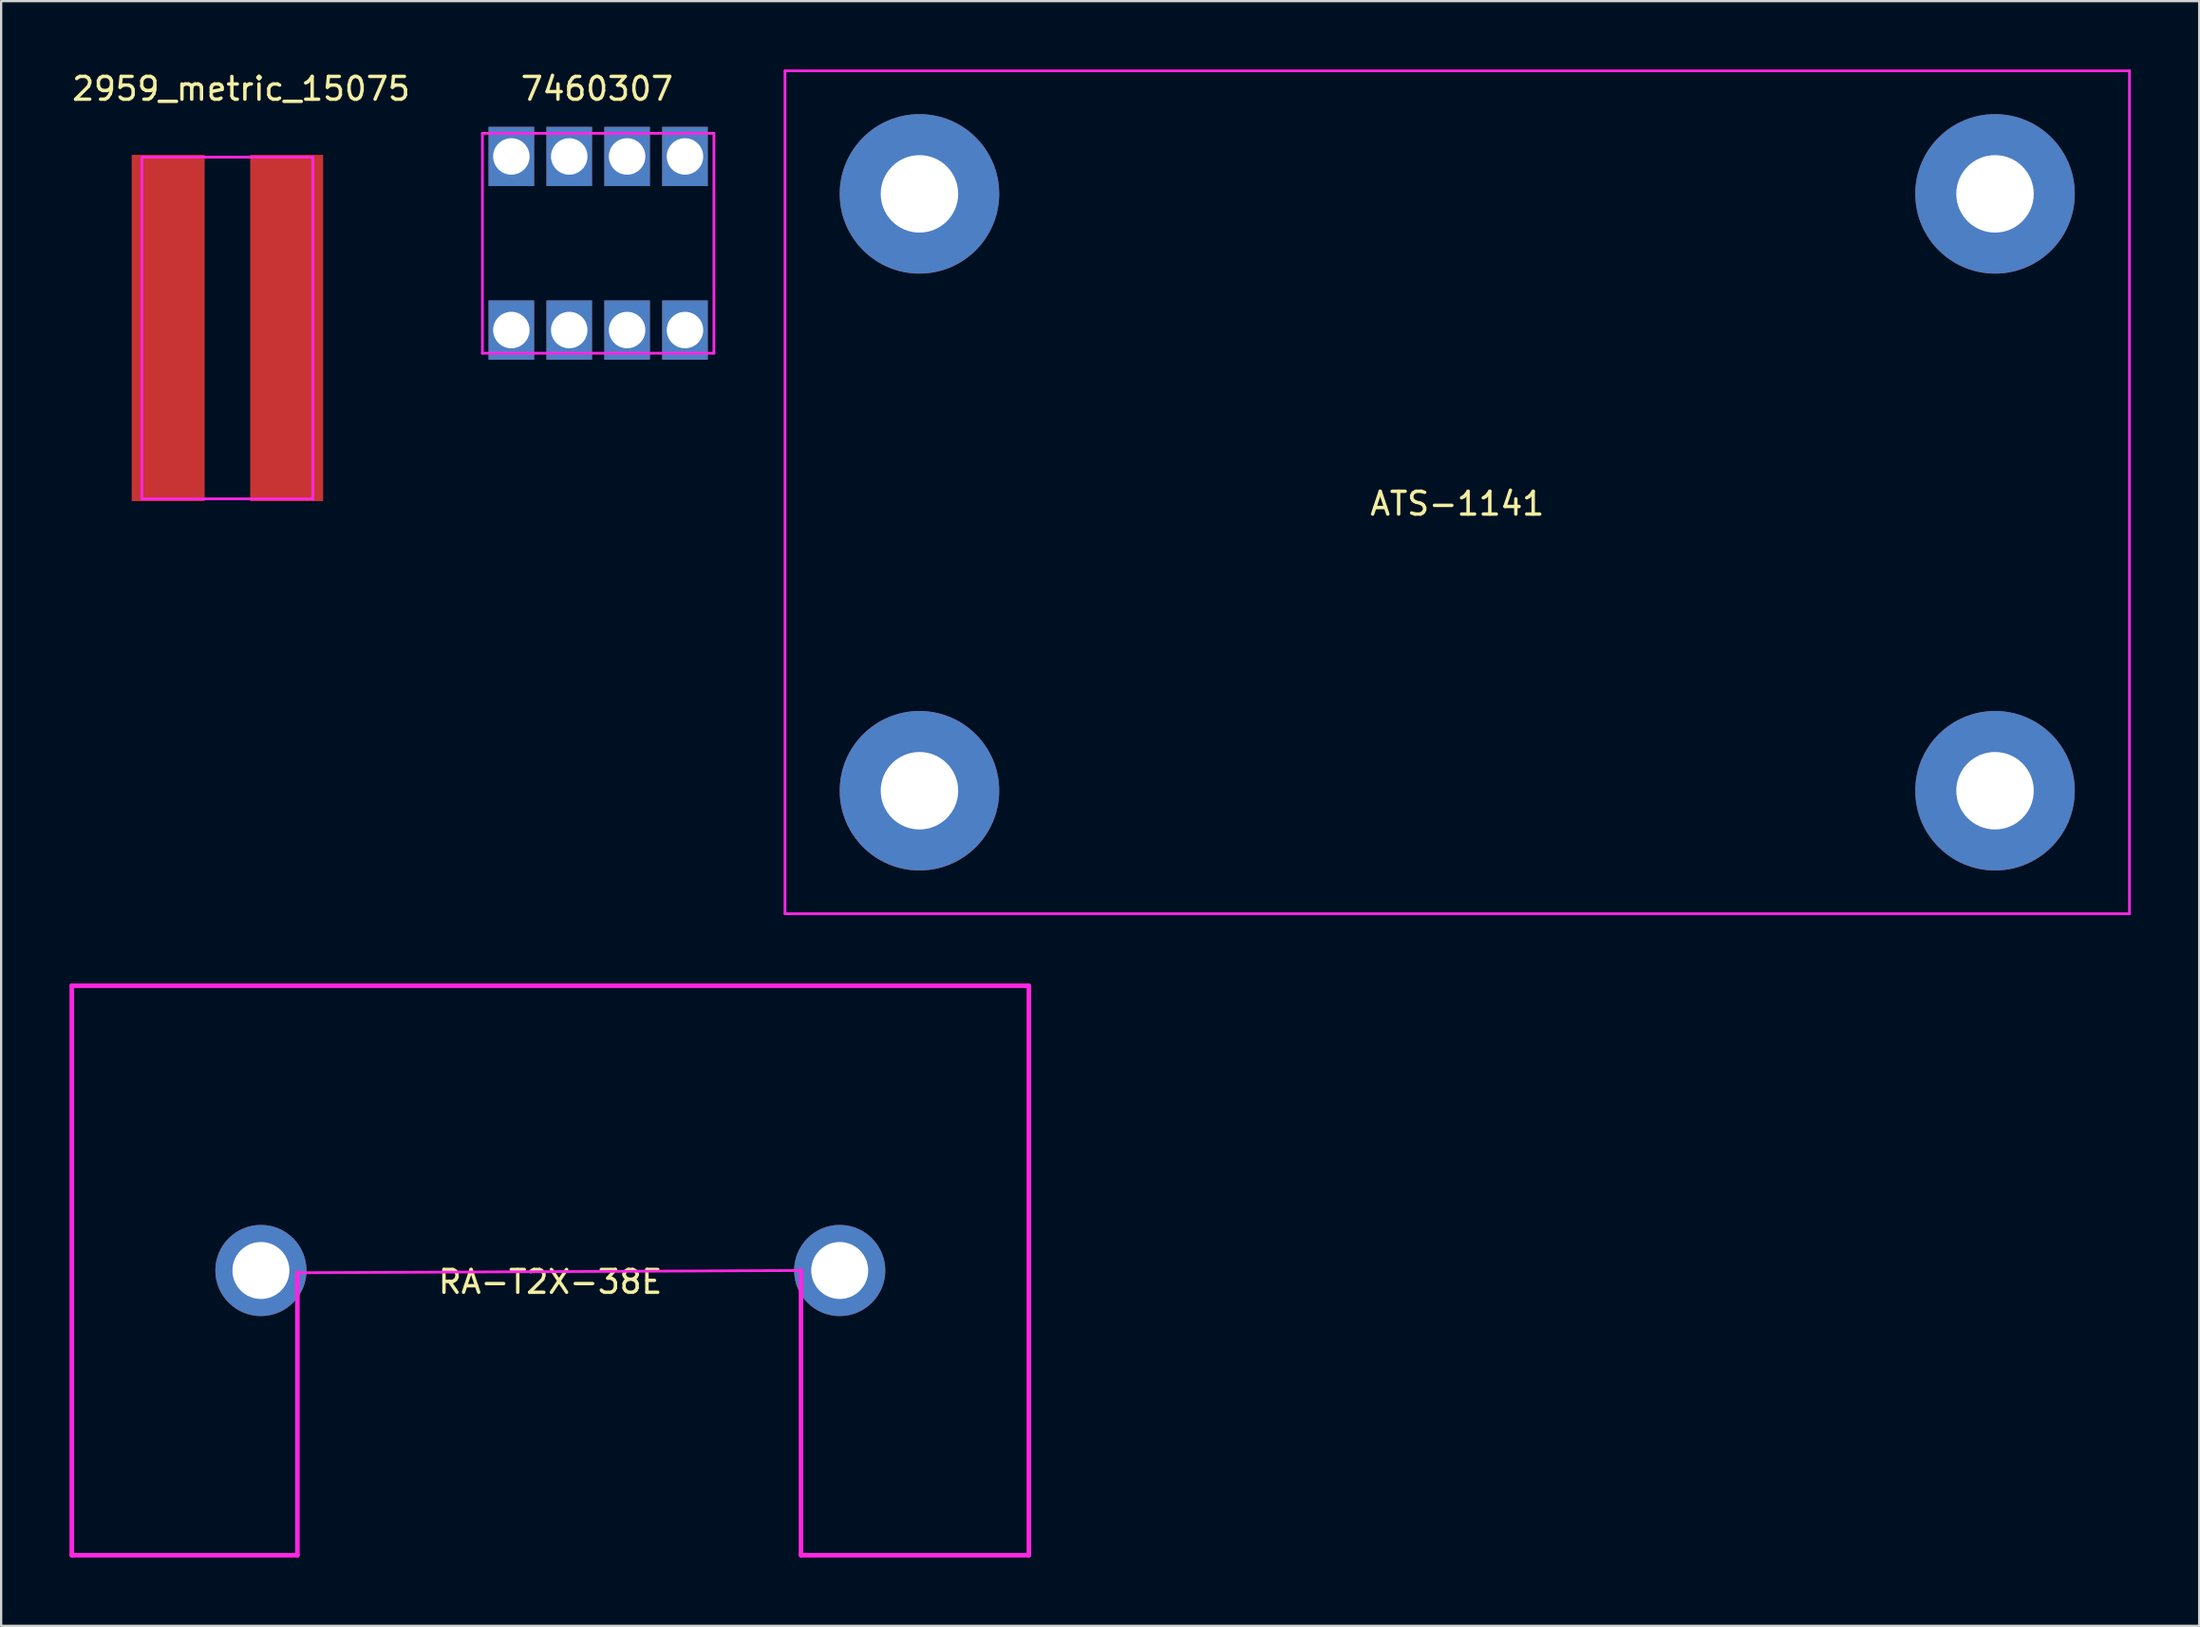
<source format=kicad_pcb>
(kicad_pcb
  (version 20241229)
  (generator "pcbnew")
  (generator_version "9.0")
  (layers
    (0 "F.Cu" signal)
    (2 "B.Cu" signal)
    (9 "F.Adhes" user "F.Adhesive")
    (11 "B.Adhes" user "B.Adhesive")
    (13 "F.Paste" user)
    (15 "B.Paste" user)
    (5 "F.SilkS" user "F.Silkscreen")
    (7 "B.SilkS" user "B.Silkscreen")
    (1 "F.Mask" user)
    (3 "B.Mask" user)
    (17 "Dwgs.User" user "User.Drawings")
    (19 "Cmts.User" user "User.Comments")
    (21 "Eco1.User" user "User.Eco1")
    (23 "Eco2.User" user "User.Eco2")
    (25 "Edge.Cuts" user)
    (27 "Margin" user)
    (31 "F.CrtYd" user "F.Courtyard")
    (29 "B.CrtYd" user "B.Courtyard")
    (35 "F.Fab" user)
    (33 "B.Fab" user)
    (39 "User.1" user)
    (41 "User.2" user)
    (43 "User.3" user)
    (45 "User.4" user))
  (footprint "RA-T2X-38E"
    (layer "F.Cu")
    (at 21.1 52.72)
    (property "Reference" "RA-T2X-38E" (at 0 0.5 0) (layer "F.SilkS") (effects (font (size 1 1) (thickness 0.15))))
    (attr through_hole)
    (fp_line (start -21 -12.5) (end -21 12.5) (stroke (width 0.2) (type solid)) (layer "F.CrtYd"))
    (fp_line (start -11.1 0.1) (end -11.1 12.5) (stroke (width 0.2) (type solid)) (layer "F.CrtYd"))
    (fp_line (start -11.1 12.5) (end -21 12.5) (stroke (width 0.2) (type solid)) (layer "F.CrtYd"))
    (fp_line (start 11 0) (end -11.1 0.1) (stroke (width 0.12) (type solid)) (layer "F.CrtYd"))
    (fp_line (start 11 0) (end 11 12.5) (stroke (width 0.2) (type solid)) (layer "F.CrtYd"))
    (fp_line (start 11 12.5) (end 21 12.5) (stroke (width 0.2) (type solid)) (layer "F.CrtYd"))
    (fp_line (start 21 -12.5) (end -21 -12.5) (stroke (width 0.2) (type solid)) (layer "F.CrtYd"))
    (fp_line (start 21 12.5) (end 21 -12.5) (stroke (width 0.2) (type solid)) (layer "F.CrtYd"))
    (pad "1" thru_hole circle (at 12.7 0) (size 4 4) (drill 2.5) (layers "*.Cu" "*.Mask"))
    (pad "2" thru_hole circle (at -12.7 0) (size 4 4) (drill 2.5) (layers "*.Cu" "*.Mask")))
  (footprint "ATS-1141"
    (layer "F.Cu")
    (at 60.9 18.56)
    (property "Reference" "ATS-1141" (at 0 0.5 0) (layer "F.SilkS") (effects (font (size 1 1) (thickness 0.15))))
    (attr through_hole)
    (fp_line (start -29.5 -18.5) (end 29.5 -18.5) (stroke (width 0.12) (type solid)) (layer "F.CrtYd"))
    (fp_line (start -29.5 18.5) (end -29.5 -18.5) (stroke (width 0.12) (type solid)) (layer "F.CrtYd"))
    (fp_line (start 29.5 -18.5) (end 29.5 18.5) (stroke (width 0.12) (type solid)) (layer "F.CrtYd"))
    (fp_line (start 29.5 18.5) (end -29.5 18.5) (stroke (width 0.12) (type solid)) (layer "F.CrtYd"))
    (pad "1" thru_hole circle (at -23.6 -13.1) (size 7 7) (drill 3.4) (layers "*.Cu" "*.Mask"))
    (pad "1" thru_hole circle (at -23.6 13.1) (size 7 7) (drill 3.4) (layers "*.Cu" "*.Mask"))
    (pad "1" thru_hole circle (at 23.6 -13.1) (size 7 7) (drill 3.4) (layers "*.Cu" "*.Mask"))
    (pad "1" thru_hole circle (at 23.6 13.1) (size 7 7) (drill 3.4) (layers "*.Cu" "*.Mask")))
  (footprint "7460307"
    (layer "F.Cu")
    (at 23.2 8.898)
    (property "Reference" "7460307" (at -0.05 -8.05 0) (layer "F.SilkS") (effects (font (size 1 1) (thickness 0.15))))
    (attr through_hole)
    (fp_line (start -5.08 -6.096) (end 5.08 -6.096) (stroke (width 0.12) (type solid)) (layer "F.CrtYd"))
    (fp_line (start -5.08 3.556) (end -5.08 -6.096) (stroke (width 0.12) (type solid)) (layer "F.CrtYd"))
    (fp_line (start 5.08 -6.096) (end 5.08 3.556) (stroke (width 0.12) (type solid)) (layer "F.CrtYd"))
    (fp_line (start 5.08 3.556) (end -5.08 3.556) (stroke (width 0.12) (type solid)) (layer "F.CrtYd"))
    (pad "1" thru_hole rect (at -3.81 -5.08) (size 2 2.6) (drill 1.6) (layers "*.Cu" "*.Mask"))
    (pad "1" thru_hole rect (at -3.81 2.54) (size 2 2.6) (drill 1.6) (layers "*.Cu" "*.Mask"))
    (pad "1" thru_hole rect (at -1.27 -5.08) (size 2 2.6) (drill 1.6) (layers "*.Cu" "*.Mask"))
    (pad "1" thru_hole rect (at -1.27 2.54) (size 2 2.6) (drill 1.6) (layers "*.Cu" "*.Mask"))
    (pad "1" thru_hole rect (at 1.27 -5.08) (size 2 2.6) (drill 1.6) (layers "*.Cu" "*.Mask"))
    (pad "1" thru_hole rect (at 1.27 2.54) (size 2 2.6) (drill 1.6) (layers "*.Cu" "*.Mask"))
    (pad "1" thru_hole rect (at 3.81 -5.08) (size 2 2.6) (drill 1.6) (layers "*.Cu" "*.Mask"))
    (pad "1" thru_hole rect (at 3.81 2.54) (size 2 2.6) (drill 1.6) (layers "*.Cu" "*.Mask")))
  (footprint "2959_metric_15075"
    (layer "F.Cu")
    (at 6.93 11.348)
    (property "Reference" "2959_metric_15075" (at 0.6 -10.5 0) (layer "F.SilkS") (effects (font (size 1 1) (thickness 0.15))))
    (attr through_hole)
    (fp_line (start -3.75 -7.5) (end -3.75 7.5) (stroke (width 0.12) (type solid)) (layer "F.CrtYd"))
    (fp_line (start -3.75 7.5) (end 3.75 7.5) (stroke (width 0.12) (type solid)) (layer "F.CrtYd"))
    (fp_line (start 3.75 -7.5) (end -3.75 -7.5) (stroke (width 0.12) (type solid)) (layer "F.CrtYd"))
    (fp_line (start 3.75 -7.5) (end 3.75 7.5) (stroke (width 0.12) (type solid)) (layer "F.CrtYd"))
    (pad "1" smd rect (at -2.6 0) (size 3.2 15.2) (layers "F.Cu" "F.Mask" "F.Paste"))
    (pad "2" smd rect (at 2.6 0) (size 3.2 15.2) (layers "F.Cu" "F.Mask" "F.Paste")))
  (gr_rect
    (start -3 -3)
    (end 93.46 68.32)
    (stroke (width 0.1) (type default))
    (fill no)
    (layer "Edge.Cuts")))
</source>
